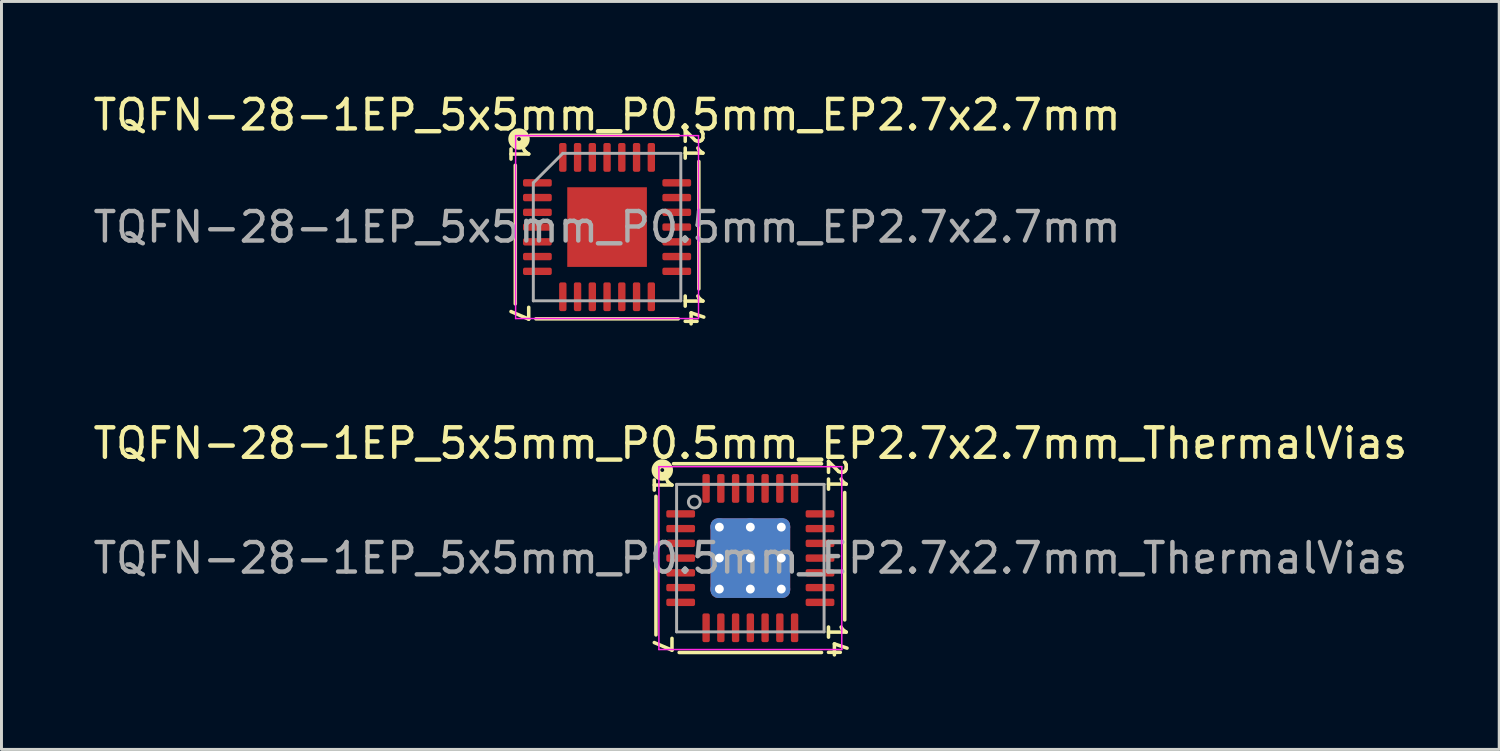
<source format=kicad_pcb>
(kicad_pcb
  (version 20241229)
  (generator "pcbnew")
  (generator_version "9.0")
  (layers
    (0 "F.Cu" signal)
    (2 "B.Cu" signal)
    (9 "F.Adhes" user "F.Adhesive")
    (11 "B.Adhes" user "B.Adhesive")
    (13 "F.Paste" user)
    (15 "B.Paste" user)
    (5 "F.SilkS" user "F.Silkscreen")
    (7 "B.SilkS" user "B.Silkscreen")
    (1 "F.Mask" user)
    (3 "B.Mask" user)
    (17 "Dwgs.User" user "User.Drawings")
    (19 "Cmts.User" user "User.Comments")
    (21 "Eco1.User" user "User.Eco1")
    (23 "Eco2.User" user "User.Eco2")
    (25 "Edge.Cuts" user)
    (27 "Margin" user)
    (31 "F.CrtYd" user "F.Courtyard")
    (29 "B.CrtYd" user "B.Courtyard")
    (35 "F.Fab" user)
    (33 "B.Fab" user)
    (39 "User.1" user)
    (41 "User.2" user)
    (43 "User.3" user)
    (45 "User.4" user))
  (footprint "TQFN-28-1EP_5x5mm_P0.5mm_EP2.7x2.7mm_ThermalVias"
    (layer "F.Cu")
    (at 22.387 15.87)
    (property "Reference" "TQFN-28-1EP_5x5mm_P0.5mm_EP2.7x2.7mm_ThermalVias" (at 0 -3.889 0) (layer "F.SilkS") (effects (font (size 1 1) (thickness 0.15))))
    (attr smd)
    (fp_line (start -3.2 -2.095) (end -3.2 2.603) (stroke (width 0.12) (type solid)) (layer "F.SilkS"))
    (fp_line (start -2.413 3.2) (end 2.413 3.2) (stroke (width 0.12) (type solid)) (layer "F.SilkS"))
    (fp_line (start 2.413 -3.2) (end -2.603 -3.2) (stroke (width 0.12) (type solid)) (layer "F.SilkS"))
    (fp_line (start 3.2 2.095) (end 3.2 -2.223) (stroke (width 0.12) (type solid)) (layer "F.SilkS"))
    (fp_circle (center -2.985 -2.985) (end -2.921 -2.985) (stroke (width 0.3) (type solid)) (fill no) (layer "F.SilkS"))
    (fp_line (start -3.1 -3.1) (end -3.1 3.1) (stroke (width 0.05) (type solid)) (layer "F.CrtYd"))
    (fp_line (start -3.1 3.1) (end 3.1 3.1) (stroke (width 0.05) (type solid)) (layer "F.CrtYd"))
    (fp_line (start 3.1 -3.1) (end -3.1 -3.1) (stroke (width 0.05) (type solid)) (layer "F.CrtYd"))
    (fp_line (start 3.1 3.1) (end 3.1 -3.1) (stroke (width 0.05) (type solid)) (layer "F.CrtYd"))
    (fp_line (start -2.5 -2.5) (end 2.5 -2.5) (stroke (width 0.1) (type solid)) (layer "F.Fab"))
    (fp_line (start -2.5 2.5) (end -2.5 -2.5) (stroke (width 0.1) (type solid)) (layer "F.Fab"))
    (fp_line (start 2.5 -2.5) (end 2.5 2.5) (stroke (width 0.1) (type solid)) (layer "F.Fab"))
    (fp_line (start 2.5 2.5) (end -2.5 2.5) (stroke (width 0.1) (type solid)) (layer "F.Fab"))
    (fp_circle (center -1.9 -1.9) (end -1.7 -1.9) (stroke (width 0.1) (type solid)) (fill no) (layer "F.Fab"))
    (fp_text user "1" (at -2.985 -2.477 270) (unlocked yes) (layer "F.SilkS") (effects (font (size 0.6 0.6) (thickness 0.12))))
    (fp_text user "21" (at 2.921 -2.794 270) (unlocked yes) (layer "F.SilkS") (effects (font (size 0.6 0.6) (thickness 0.12))))
    (fp_text user "7" (at -2.985 2.921 270) (unlocked yes) (layer "F.SilkS") (effects (font (size 0.6 0.6) (thickness 0.12))))
    (fp_text user "14" (at 2.921 2.794 270) (unlocked yes) (layer "F.SilkS") (effects (font (size 0.6 0.6) (thickness 0.12))))
    (fp_text user "${REFERENCE}" (at 0 0 0) (layer "F.Fab") (effects (font (size 1 1) (thickness 0.15))))
    (pad "" smd roundrect (at -0.62 -0.62) (size 1.06 1.06) (layers "F.Paste") (roundrect_rratio 0.236))
    (pad "" smd roundrect (at -0.62 0.62) (size 1.06 1.06) (layers "F.Paste") (roundrect_rratio 0.236))
    (pad "" smd roundrect (at 0.62 -0.62) (size 1.06 1.06) (layers "F.Paste") (roundrect_rratio 0.236))
    (pad "" smd roundrect (at 0.62 0.62) (size 1.06 1.06) (layers "F.Paste") (roundrect_rratio 0.236))
    (pad "1" smd roundrect (at -2.362 -1.5) (size 0.975 0.25) (layers "F.Cu" "F.Mask" "F.Paste") (roundrect_rratio 0.25))
    (pad "2" smd roundrect (at -2.362 -1) (size 0.975 0.25) (layers "F.Cu" "F.Mask" "F.Paste") (roundrect_rratio 0.25))
    (pad "3" smd roundrect (at -2.362 -0.5) (size 0.975 0.25) (layers "F.Cu" "F.Mask" "F.Paste") (roundrect_rratio 0.25))
    (pad "4" smd roundrect (at -2.362 0) (size 0.975 0.25) (layers "F.Cu" "F.Mask" "F.Paste") (roundrect_rratio 0.25))
    (pad "5" smd roundrect (at -2.362 0.5) (size 0.975 0.25) (layers "F.Cu" "F.Mask" "F.Paste") (roundrect_rratio 0.25))
    (pad "6" smd roundrect (at -2.362 1) (size 0.975 0.25) (layers "F.Cu" "F.Mask" "F.Paste") (roundrect_rratio 0.25))
    (pad "7" smd roundrect (at -2.362 1.5) (size 0.975 0.25) (layers "F.Cu" "F.Mask" "F.Paste") (roundrect_rratio 0.25))
    (pad "8" smd roundrect (at -1.5 2.362) (size 0.25 0.975) (layers "F.Cu" "F.Mask" "F.Paste") (roundrect_rratio 0.25))
    (pad "9" smd roundrect (at -1 2.362) (size 0.25 0.975) (layers "F.Cu" "F.Mask" "F.Paste") (roundrect_rratio 0.25))
    (pad "10" smd roundrect (at -0.5 2.362) (size 0.25 0.975) (layers "F.Cu" "F.Mask" "F.Paste") (roundrect_rratio 0.25))
    (pad "11" smd roundrect (at 0 2.362) (size 0.25 0.975) (layers "F.Cu" "F.Mask" "F.Paste") (roundrect_rratio 0.25))
    (pad "12" smd roundrect (at 0.5 2.362) (size 0.25 0.975) (layers "F.Cu" "F.Mask" "F.Paste") (roundrect_rratio 0.25))
    (pad "13" smd roundrect (at 1 2.362) (size 0.25 0.975) (layers "F.Cu" "F.Mask" "F.Paste") (roundrect_rratio 0.25))
    (pad "14" smd roundrect (at 1.5 2.362) (size 0.25 0.975) (layers "F.Cu" "F.Mask" "F.Paste") (roundrect_rratio 0.25))
    (pad "15" smd roundrect (at 2.362 1.5) (size 0.975 0.25) (layers "F.Cu" "F.Mask" "F.Paste") (roundrect_rratio 0.25))
    (pad "16" smd roundrect (at 2.362 1) (size 0.975 0.25) (layers "F.Cu" "F.Mask" "F.Paste") (roundrect_rratio 0.25))
    (pad "17" smd roundrect (at 2.362 0.5) (size 0.975 0.25) (layers "F.Cu" "F.Mask" "F.Paste") (roundrect_rratio 0.25))
    (pad "18" smd roundrect (at 2.362 0) (size 0.975 0.25) (layers "F.Cu" "F.Mask" "F.Paste") (roundrect_rratio 0.25))
    (pad "19" smd roundrect (at 2.362 -0.5) (size 0.975 0.25) (layers "F.Cu" "F.Mask" "F.Paste") (roundrect_rratio 0.25))
    (pad "20" smd roundrect (at 2.362 -1) (size 0.975 0.25) (layers "F.Cu" "F.Mask" "F.Paste") (roundrect_rratio 0.25))
    (pad "21" smd roundrect (at 2.362 -1.5) (size 0.975 0.25) (layers "F.Cu" "F.Mask" "F.Paste") (roundrect_rratio 0.25))
    (pad "22" smd roundrect (at 1.5 -2.362) (size 0.25 0.975) (layers "F.Cu" "F.Mask" "F.Paste") (roundrect_rratio 0.25))
    (pad "23" smd roundrect (at 1 -2.362) (size 0.25 0.975) (layers "F.Cu" "F.Mask" "F.Paste") (roundrect_rratio 0.25))
    (pad "24" smd roundrect (at 0.5 -2.362) (size 0.25 0.975) (layers "F.Cu" "F.Mask" "F.Paste") (roundrect_rratio 0.25))
    (pad "25" smd roundrect (at 0 -2.362) (size 0.25 0.975) (layers "F.Cu" "F.Mask" "F.Paste") (roundrect_rratio 0.25))
    (pad "26" smd roundrect (at -0.5 -2.362) (size 0.25 0.975) (layers "F.Cu" "F.Mask" "F.Paste") (roundrect_rratio 0.25))
    (pad "27" smd roundrect (at -1 -2.362) (size 0.25 0.975) (layers "F.Cu" "F.Mask" "F.Paste") (roundrect_rratio 0.25))
    (pad "28" smd roundrect (at -1.5 -2.362) (size 0.25 0.975) (layers "F.Cu" "F.Mask" "F.Paste") (roundrect_rratio 0.25))
    (pad "29" thru_hole circle (at -1.05 -1.05) (size 0.6 0.6) (drill 0.3) (property pad_prop_heatsink) (layers "*.Cu"))
    (pad "29" thru_hole circle (at -1.05 0) (size 0.6 0.6) (drill 0.3) (property pad_prop_heatsink) (layers "*.Cu"))
    (pad "29" thru_hole circle (at -1.05 1.05) (size 0.6 0.6) (drill 0.3) (property pad_prop_heatsink) (layers "*.Cu"))
    (pad "29" thru_hole circle (at 0 -1.05) (size 0.6 0.6) (drill 0.3) (property pad_prop_heatsink) (layers "*.Cu"))
    (pad "29" thru_hole circle (at 0 0) (size 0.6 0.6) (drill 0.3) (property pad_prop_heatsink) (layers "*.Cu"))
    (pad "29" smd roundrect (at 0 0) (size 2.7 2.7) (layers "F.Cu" "F.Mask") (roundrect_rratio 0.093))
    (pad "29" smd roundrect (at 0 0) (size 2.7 2.7) (layers "B.Cu" "B.Mask") (roundrect_rratio 0.093))
    (pad "29" thru_hole circle (at 0 1.05) (size 0.6 0.6) (drill 0.3) (property pad_prop_heatsink) (layers "*.Cu"))
    (pad "29" thru_hole circle (at 1.05 -1.05) (size 0.6 0.6) (drill 0.3) (property pad_prop_heatsink) (layers "*.Cu"))
    (pad "29" thru_hole circle (at 1.05 0) (size 0.6 0.6) (drill 0.3) (property pad_prop_heatsink) (layers "*.Cu"))
    (pad "29" thru_hole circle (at 1.05 1.05) (size 0.6 0.6) (drill 0.3) (property pad_prop_heatsink) (layers "*.Cu")))
  (footprint "TQFN-28-1EP_5x5mm_P0.5mm_EP2.7x2.7mm"
    (layer "F.Cu")
    (at 17.53 4.648)
    (property "Reference" "TQFN-28-1EP_5x5mm_P0.5mm_EP2.7x2.7mm" (at 0 -3.8 0) (layer "F.SilkS") (effects (font (size 1 1) (thickness 0.15))))
    (attr smd)
    (fp_line (start -3.111 -2.095) (end -3.111 2.603) (stroke (width 0.12) (type solid)) (layer "F.SilkS"))
    (fp_line (start -2.413 3.111) (end 2.413 3.111) (stroke (width 0.12) (type solid)) (layer "F.SilkS"))
    (fp_line (start 2.413 -3.111) (end -2.603 -3.111) (stroke (width 0.12) (type solid)) (layer "F.SilkS"))
    (fp_line (start 3.111 2.095) (end 3.111 -2.223) (stroke (width 0.12) (type solid)) (layer "F.SilkS"))
    (fp_circle (center -2.985 -2.985) (end -2.921 -2.985) (stroke (width 0.3) (type solid)) (fill no) (layer "F.SilkS"))
    (fp_line (start -3.1 -3.1) (end -3.1 3.1) (stroke (width 0.05) (type solid)) (layer "F.CrtYd"))
    (fp_line (start -3.1 3.1) (end 3.1 3.1) (stroke (width 0.05) (type solid)) (layer "F.CrtYd"))
    (fp_line (start 3.1 -3.1) (end -3.1 -3.1) (stroke (width 0.05) (type solid)) (layer "F.CrtYd"))
    (fp_line (start 3.1 3.1) (end 3.1 -3.1) (stroke (width 0.05) (type solid)) (layer "F.CrtYd"))
    (fp_line (start -2.5 -1.5) (end -1.5 -2.5) (stroke (width 0.1) (type solid)) (layer "F.Fab"))
    (fp_line (start -2.5 2.5) (end -2.5 -1.5) (stroke (width 0.1) (type solid)) (layer "F.Fab"))
    (fp_line (start -1.5 -2.5) (end 2.5 -2.5) (stroke (width 0.1) (type solid)) (layer "F.Fab"))
    (fp_line (start 2.5 -2.5) (end 2.5 2.5) (stroke (width 0.1) (type solid)) (layer "F.Fab"))
    (fp_line (start 2.5 2.5) (end -2.5 2.5) (stroke (width 0.1) (type solid)) (layer "F.Fab"))
    (fp_text user "1" (at -2.985 -2.477 270) (unlocked yes) (layer "F.SilkS") (effects (font (size 0.6 0.6) (thickness 0.12))))
    (fp_text user "14" (at 2.921 2.794 270) (unlocked yes) (layer "F.SilkS") (effects (font (size 0.6 0.6) (thickness 0.12))))
    (fp_text user "7" (at -2.985 2.921 270) (unlocked yes) (layer "F.SilkS") (effects (font (size 0.6 0.6) (thickness 0.12))))
    (fp_text user "21" (at 2.921 -2.794 270) (unlocked yes) (layer "F.SilkS") (effects (font (size 0.6 0.6) (thickness 0.12))))
    (fp_text user "${REFERENCE}" (at 0 0 0) (layer "F.Fab") (effects (font (size 1 1) (thickness 0.15))))
    (pad "" smd roundrect (at -0.675 -0.675) (size 1.09 1.09) (layers "F.Paste") (roundrect_rratio 0.229))
    (pad "" smd roundrect (at -0.675 0.675) (size 1.09 1.09) (layers "F.Paste") (roundrect_rratio 0.229))
    (pad "" smd roundrect (at 0.675 -0.675) (size 1.09 1.09) (layers "F.Paste") (roundrect_rratio 0.229))
    (pad "" smd roundrect (at 0.675 0.675) (size 1.09 1.09) (layers "F.Paste") (roundrect_rratio 0.229))
    (pad "1" smd roundrect (at -2.362 -1.5) (size 0.975 0.25) (layers "F.Cu" "F.Mask" "F.Paste") (roundrect_rratio 0.25))
    (pad "2" smd roundrect (at -2.362 -1) (size 0.975 0.25) (layers "F.Cu" "F.Mask" "F.Paste") (roundrect_rratio 0.25))
    (pad "3" smd roundrect (at -2.362 -0.5) (size 0.975 0.25) (layers "F.Cu" "F.Mask" "F.Paste") (roundrect_rratio 0.25))
    (pad "4" smd roundrect (at -2.362 0) (size 0.975 0.25) (layers "F.Cu" "F.Mask" "F.Paste") (roundrect_rratio 0.25))
    (pad "5" smd roundrect (at -2.362 0.5) (size 0.975 0.25) (layers "F.Cu" "F.Mask" "F.Paste") (roundrect_rratio 0.25))
    (pad "6" smd roundrect (at -2.362 1) (size 0.975 0.25) (layers "F.Cu" "F.Mask" "F.Paste") (roundrect_rratio 0.25))
    (pad "7" smd roundrect (at -2.362 1.5) (size 0.975 0.25) (layers "F.Cu" "F.Mask" "F.Paste") (roundrect_rratio 0.25))
    (pad "8" smd roundrect (at -1.5 2.362) (size 0.25 0.975) (layers "F.Cu" "F.Mask" "F.Paste") (roundrect_rratio 0.25))
    (pad "9" smd roundrect (at -1 2.362) (size 0.25 0.975) (layers "F.Cu" "F.Mask" "F.Paste") (roundrect_rratio 0.25))
    (pad "10" smd roundrect (at -0.5 2.362) (size 0.25 0.975) (layers "F.Cu" "F.Mask" "F.Paste") (roundrect_rratio 0.25))
    (pad "11" smd roundrect (at 0 2.362) (size 0.25 0.975) (layers "F.Cu" "F.Mask" "F.Paste") (roundrect_rratio 0.25))
    (pad "12" smd roundrect (at 0.5 2.362) (size 0.25 0.975) (layers "F.Cu" "F.Mask" "F.Paste") (roundrect_rratio 0.25))
    (pad "13" smd roundrect (at 1 2.362) (size 0.25 0.975) (layers "F.Cu" "F.Mask" "F.Paste") (roundrect_rratio 0.25))
    (pad "14" smd roundrect (at 1.5 2.362) (size 0.25 0.975) (layers "F.Cu" "F.Mask" "F.Paste") (roundrect_rratio 0.25))
    (pad "15" smd roundrect (at 2.362 1.5) (size 0.975 0.25) (layers "F.Cu" "F.Mask" "F.Paste") (roundrect_rratio 0.25))
    (pad "16" smd roundrect (at 2.362 1) (size 0.975 0.25) (layers "F.Cu" "F.Mask" "F.Paste") (roundrect_rratio 0.25))
    (pad "17" smd roundrect (at 2.362 0.5) (size 0.975 0.25) (layers "F.Cu" "F.Mask" "F.Paste") (roundrect_rratio 0.25))
    (pad "18" smd roundrect (at 2.362 0) (size 0.975 0.25) (layers "F.Cu" "F.Mask" "F.Paste") (roundrect_rratio 0.25))
    (pad "19" smd roundrect (at 2.362 -0.5) (size 0.975 0.25) (layers "F.Cu" "F.Mask" "F.Paste") (roundrect_rratio 0.25))
    (pad "20" smd roundrect (at 2.362 -1) (size 0.975 0.25) (layers "F.Cu" "F.Mask" "F.Paste") (roundrect_rratio 0.25))
    (pad "21" smd roundrect (at 2.362 -1.5) (size 0.975 0.25) (layers "F.Cu" "F.Mask" "F.Paste") (roundrect_rratio 0.25))
    (pad "22" smd roundrect (at 1.5 -2.362) (size 0.25 0.975) (layers "F.Cu" "F.Mask" "F.Paste") (roundrect_rratio 0.25))
    (pad "23" smd roundrect (at 1 -2.362) (size 0.25 0.975) (layers "F.Cu" "F.Mask" "F.Paste") (roundrect_rratio 0.25))
    (pad "24" smd roundrect (at 0.5 -2.362) (size 0.25 0.975) (layers "F.Cu" "F.Mask" "F.Paste") (roundrect_rratio 0.25))
    (pad "25" smd roundrect (at 0 -2.362) (size 0.25 0.975) (layers "F.Cu" "F.Mask" "F.Paste") (roundrect_rratio 0.25))
    (pad "26" smd roundrect (at -0.5 -2.362) (size 0.25 0.975) (layers "F.Cu" "F.Mask" "F.Paste") (roundrect_rratio 0.25))
    (pad "27" smd roundrect (at -1 -2.362) (size 0.25 0.975) (layers "F.Cu" "F.Mask" "F.Paste") (roundrect_rratio 0.25))
    (pad "28" smd roundrect (at -1.5 -2.362) (size 0.25 0.975) (layers "F.Cu" "F.Mask" "F.Paste") (roundrect_rratio 0.25))
    (pad "29" smd rect (at 0 0) (size 2.7 2.7) (layers "F.Cu" "F.Mask")))
  (gr_rect
    (start -3 -3)
    (end 47.774 22.356)
    (stroke (width 0.1) (type default))
    (fill no)
    (layer "Edge.Cuts")))
</source>
